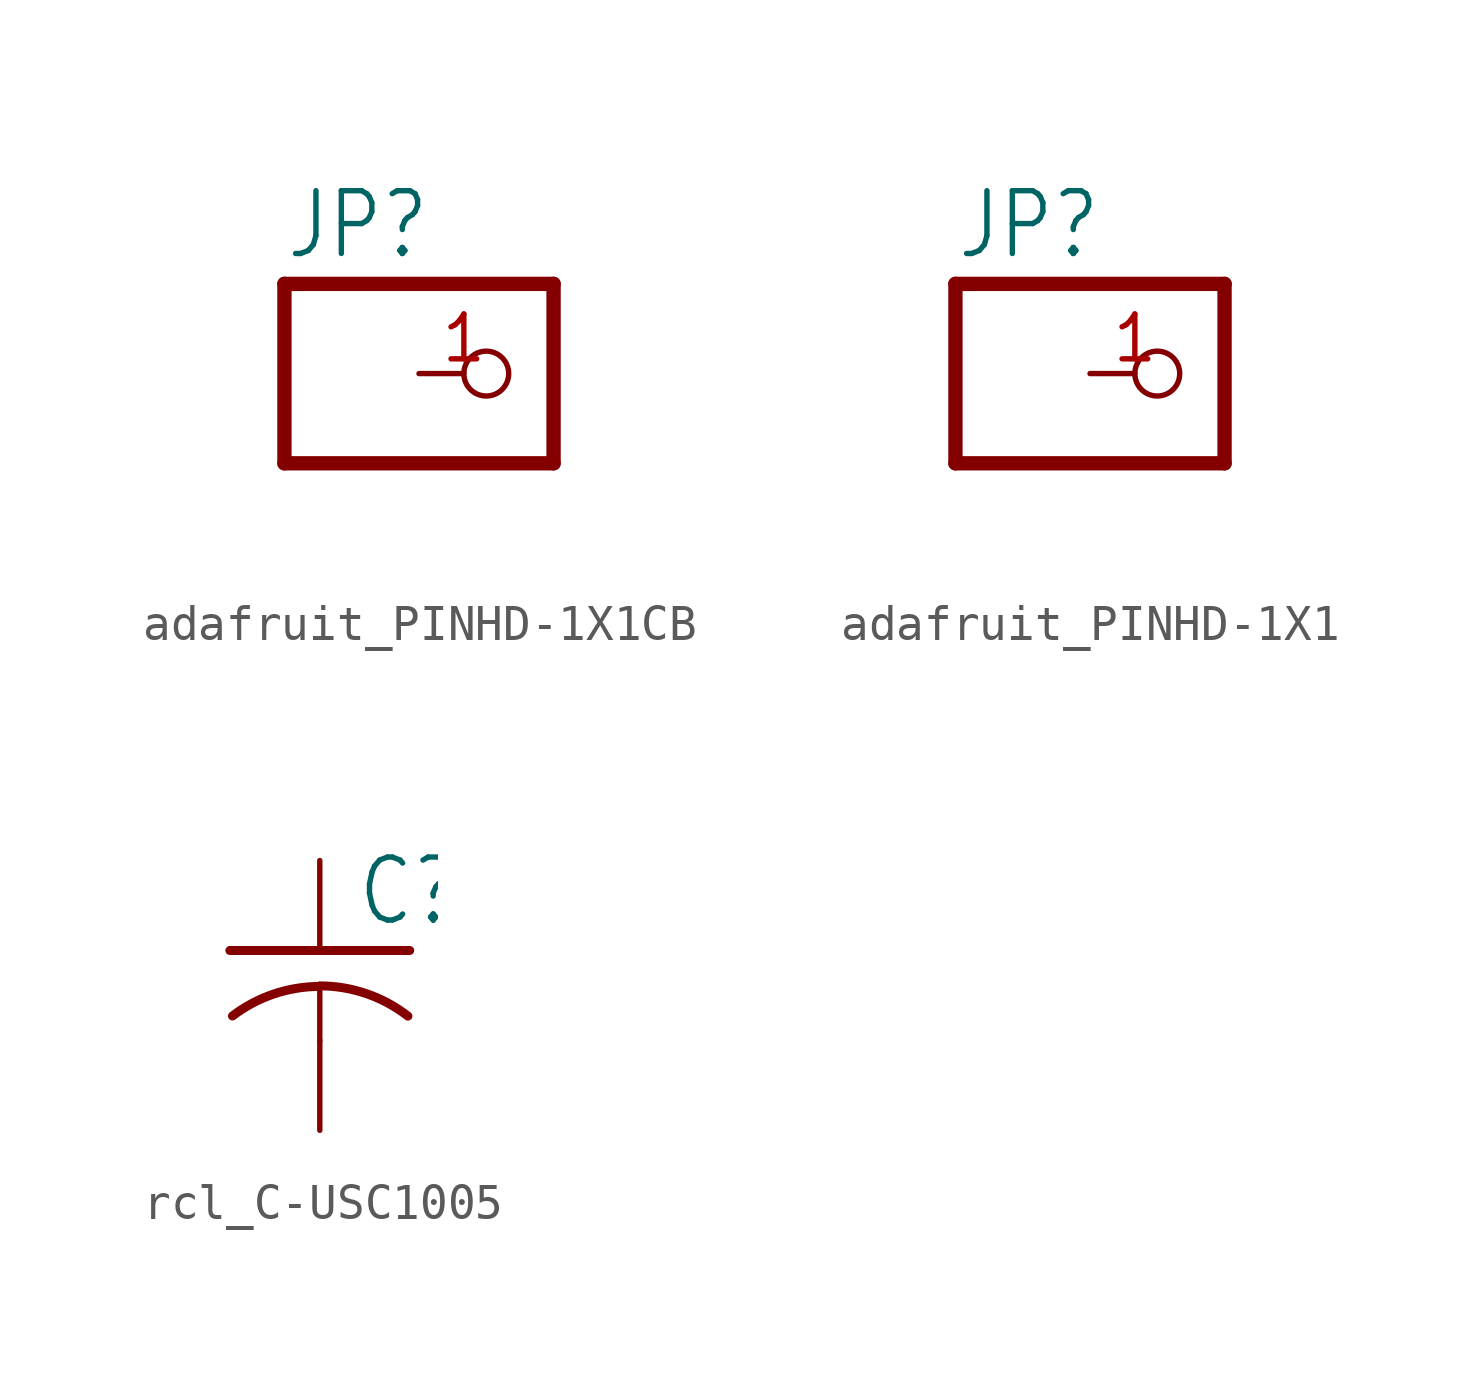
<source format=kicad_sym>
(kicad_symbol_lib
  (version 20231120)
  (generator "kicad_symbol_editor")
  (generator_version "8.0")
  (symbol "adafruit_PINHD-1X1CB"
    (property "Reference" "JP"
      (at -6.35 3.175 0)
      (effects (font (size 1.778 1.511)) (justify left bottom)))
    (property "Value" ""
      (at -6.35 -5.08 0)
      (effects (font (size 1.778 1.511)) (justify left bottom)))
    (property "ki_locked" ""
      (at 0 0 0)
      (effects (font (size 1.27 1.27))))
    (symbol "adafruit_PINHD-1X1CB_1_0"
      (polyline (pts (xy -6.35 -2.54) (xy 1.27 -2.54)) (stroke (width 0.406) (type solid)) (fill (type none)))
      (polyline (pts (xy -6.35 2.54) (xy -6.35 -2.54)) (stroke (width 0.406) (type solid)) (fill (type none)))
      (polyline (pts (xy 1.27 -2.54) (xy 1.27 2.54)) (stroke (width 0.406) (type solid)) (fill (type none)))
      (polyline (pts (xy 1.27 2.54) (xy -6.35 2.54)) (stroke (width 0.406) (type solid)) (fill (type none)))
      (pin passive inverted (at -2.54 0 0) (length 2.54) (name "1" (effects (font (size 0 0)))) (number "1" (effects (font (size 1.27 1.27)))))))
  (symbol "adafruit_PINHD-1X1"
    (property "Reference" "JP"
      (at -6.35 3.175 0)
      (effects (font (size 1.778 1.511)) (justify left bottom)))
    (property "Value" ""
      (at -6.35 -5.08 0)
      (effects (font (size 1.778 1.511)) (justify left bottom)))
    (property "ki_locked" ""
      (at 0 0 0)
      (effects (font (size 1.27 1.27))))
    (symbol "adafruit_PINHD-1X1_1_0"
      (polyline (pts (xy -6.35 -2.54) (xy 1.27 -2.54)) (stroke (width 0.406) (type solid)) (fill (type none)))
      (polyline (pts (xy -6.35 2.54) (xy -6.35 -2.54)) (stroke (width 0.406) (type solid)) (fill (type none)))
      (polyline (pts (xy 1.27 -2.54) (xy 1.27 2.54)) (stroke (width 0.406) (type solid)) (fill (type none)))
      (polyline (pts (xy 1.27 2.54) (xy -6.35 2.54)) (stroke (width 0.406) (type solid)) (fill (type none)))
      (pin passive inverted (at -2.54 0 0) (length 2.54) (name "1" (effects (font (size 0 0)))) (number "1" (effects (font (size 1.27 1.27)))))))
  (symbol "rcl_C-USC1005"
    (property "Reference" "C"
      (at 1.016 0.635 0)
      (effects (font (size 1.778 1.511)) (justify left bottom)))
    (property "Value" ""
      (at 1.016 -4.191 0)
      (effects (font (size 1.778 1.511)) (justify left bottom)))
    (property "ki_locked" ""
      (at 0 0 0)
      (effects (font (size 1.27 1.27))))
    (symbol "rcl_C-USC1005_1_0"
      (arc (start 0 -1.0161) (mid -1.302 -1.2303) (end -2.4668 -1.8504) (stroke (width 0.254) (type solid)) (fill (type none)))
      (polyline (pts (xy -2.54 0) (xy 2.54 0)) (stroke (width 0.254) (type solid)) (fill (type none)))
      (polyline (pts (xy 0 -1.016) (xy 0 -2.54)) (stroke (width 0.152) (type solid)) (fill (type none)))
      (arc (start 2.4892 -1.8541) (mid 1.3158 -1.2194) (end 0 -1) (stroke (width 0.254) (type solid)) (fill (type none)))
      (pin passive line (at 0 2.54 270) (length 2.54) (name "1" (effects (font (size 0 0)))) (number "1" (effects (font (size 0 0)))))
      (pin passive line (at 0 -5.08 90) (length 2.54) (name "2" (effects (font (size 0 0)))) (number "2" (effects (font (size 0 0))))))))
</source>
